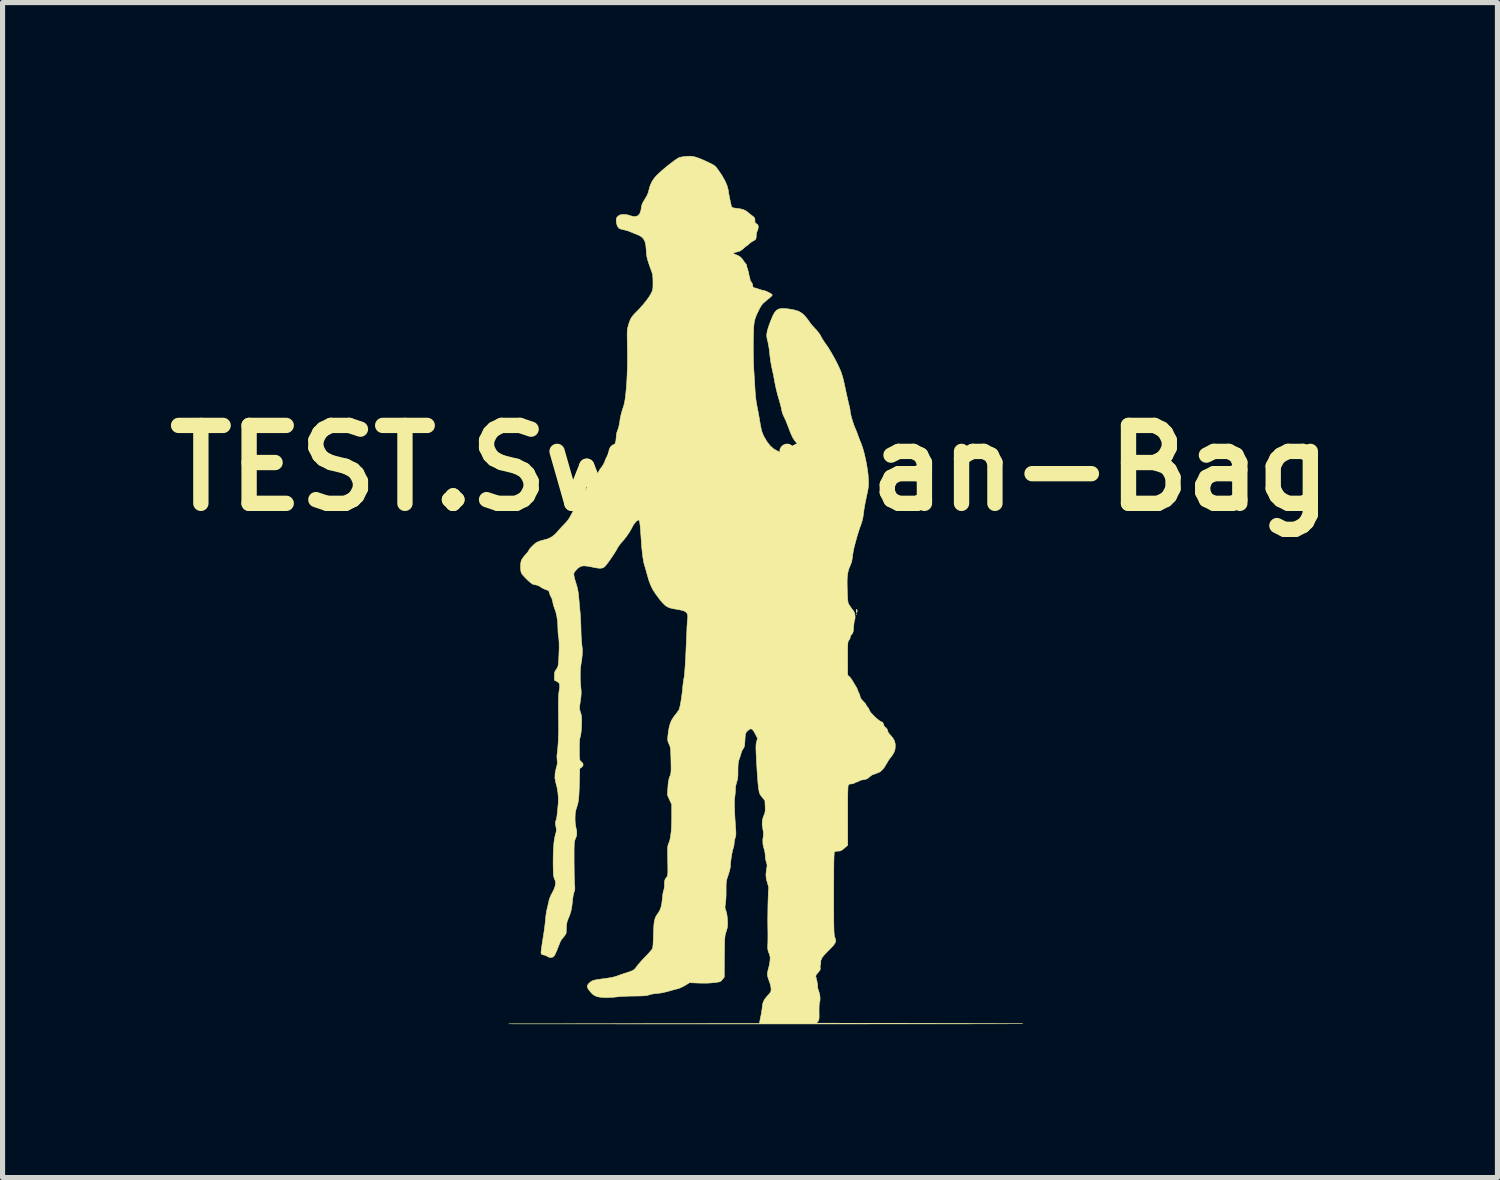
<source format=kicad_pcb>
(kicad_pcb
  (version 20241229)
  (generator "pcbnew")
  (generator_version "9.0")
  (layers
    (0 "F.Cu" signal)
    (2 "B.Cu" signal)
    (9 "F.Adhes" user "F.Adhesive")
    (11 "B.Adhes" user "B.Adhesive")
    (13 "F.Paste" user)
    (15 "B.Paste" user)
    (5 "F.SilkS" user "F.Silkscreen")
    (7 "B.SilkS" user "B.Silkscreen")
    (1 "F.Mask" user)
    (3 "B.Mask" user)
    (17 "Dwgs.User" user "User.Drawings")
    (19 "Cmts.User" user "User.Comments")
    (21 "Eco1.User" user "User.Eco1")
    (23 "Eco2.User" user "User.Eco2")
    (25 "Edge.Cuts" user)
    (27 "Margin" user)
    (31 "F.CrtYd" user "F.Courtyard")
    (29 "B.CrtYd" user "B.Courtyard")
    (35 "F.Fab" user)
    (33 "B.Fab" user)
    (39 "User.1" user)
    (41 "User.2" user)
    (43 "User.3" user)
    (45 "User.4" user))
  (footprint "TEST.Swagman-Bag"
    (layer "F.Cu")
    (at 11.619 6.105)
    (property "Reference" "TEST.Swagman-Bag" (at 0 0 0) (layer "F.SilkS") (effects (font (size 1.524 1.524) (thickness 0.3))))
    (attr through_hole)
    (fp_poly (pts (xy 2.849 -3.889) (xy 2.863 -3.871) (xy 2.865 -3.858) (xy 2.871 -3.834) (xy 2.878 -3.826) (xy 2.888 -3.808) (xy 2.888 -3.797) (xy 2.893 -3.758) (xy 2.914 -3.707) (xy 2.915 -3.705) (xy 2.925 -3.676) (xy 2.927 -3.653) (xy 2.933 -3.628) (xy 2.944 -3.621) (xy 2.957 -3.617) (xy 2.975 -3.602) (xy 3 -3.574) (xy 3.035 -3.531) (xy 3.082 -3.471) (xy 3.094 -3.454) (xy 3.129 -3.411) (xy 3.164 -3.372) (xy 3.192 -3.345) (xy 3.195 -3.342) (xy 3.224 -3.313) (xy 3.252 -3.272) (xy 3.274 -3.229) (xy 3.286 -3.193) (xy 3.287 -3.186) (xy 3.295 -3.165) (xy 3.316 -3.14) (xy 3.318 -3.138) (xy 3.341 -3.105) (xy 3.349 -3.075) (xy 3.354 -3.054) (xy 3.37 -3.028) (xy 3.402 -2.993) (xy 3.437 -2.96) (xy 3.477 -2.924) (xy 3.51 -2.897) (xy 3.534 -2.88) (xy 3.541 -2.877) (xy 3.564 -2.867) (xy 3.585 -2.841) (xy 3.596 -2.809) (xy 3.597 -2.801) (xy 3.601 -2.773) (xy 3.609 -2.759) (xy 3.614 -2.742) (xy 3.619 -2.706) (xy 3.624 -2.656) (xy 3.629 -2.595) (xy 3.629 -2.586) (xy 3.633 -2.519) (xy 3.637 -2.473) (xy 3.642 -2.441) (xy 3.649 -2.418) (xy 3.659 -2.401) (xy 3.674 -2.383) (xy 3.71 -2.341) (xy 3.706 -2.16) (xy 3.702 -1.978) (xy 3.655 -1.901) (xy 3.627 -1.85) (xy 3.615 -1.814) (xy 3.615 -1.8) (xy 3.627 -1.782) (xy 3.653 -1.752) (xy 3.69 -1.717) (xy 3.709 -1.7) (xy 3.747 -1.664) (xy 3.776 -1.633) (xy 3.793 -1.611) (xy 3.795 -1.605) (xy 3.8 -1.587) (xy 3.812 -1.551) (xy 3.829 -1.506) (xy 3.839 -1.483) (xy 3.858 -1.432) (xy 3.873 -1.387) (xy 3.881 -1.355) (xy 3.882 -1.347) (xy 3.888 -1.323) (xy 3.903 -1.284) (xy 3.925 -1.235) (xy 3.945 -1.195) (xy 3.975 -1.136) (xy 3.993 -1.094) (xy 4.002 -1.063) (xy 4.003 -1.039) (xy 4.002 -1.034) (xy 4.004 -0.989) (xy 4.017 -0.965) (xy 4.049 -0.917) (xy 4.074 -0.859) (xy 4.096 -0.784) (xy 4.099 -0.776) (xy 4.119 -0.712) (xy 4.145 -0.663) (xy 4.167 -0.636) (xy 4.195 -0.599) (xy 4.215 -0.562) (xy 4.221 -0.544) (xy 4.224 -0.52) (xy 4.226 -0.475) (xy 4.228 -0.415) (xy 4.229 -0.344) (xy 4.229 -0.273) (xy 4.229 -0.191) (xy 4.23 -0.131) (xy 4.231 -0.089) (xy 4.234 -0.062) (xy 4.238 -0.046) (xy 4.244 -0.038) (xy 4.253 -0.034) (xy 4.254 -0.034) (xy 4.272 -0.022) (xy 4.279 0.006) (xy 4.279 0.015) (xy 4.275 0.048) (xy 4.265 0.071) (xy 4.264 0.072) (xy 4.249 0.102) (xy 4.25 0.141) (xy 4.262 0.169) (xy 4.271 0.193) (xy 4.278 0.235) (xy 4.283 0.287) (xy 4.286 0.343) (xy 4.287 0.398) (xy 4.285 0.446) (xy 4.281 0.48) (xy 4.275 0.494) (xy 4.265 0.514) (xy 4.257 0.548) (xy 4.256 0.567) (xy 4.25 0.607) (xy 4.239 0.639) (xy 4.234 0.647) (xy 4.221 0.677) (xy 4.224 0.697) (xy 4.232 0.76) (xy 4.219 0.825) (xy 4.192 0.878) (xy 4.171 0.91) (xy 4.157 0.935) (xy 4.155 0.943) (xy 4.147 0.958) (xy 4.127 0.984) (xy 4.111 1.003) (xy 4.087 1.033) (xy 4.079 1.049) (xy 4.085 1.058) (xy 4.086 1.059) (xy 4.097 1.07) (xy 4.103 1.097) (xy 4.105 1.144) (xy 4.105 1.144) (xy 4.106 1.186) (xy 4.111 1.214) (xy 4.123 1.237) (xy 4.148 1.265) (xy 4.167 1.284) (xy 4.199 1.318) (xy 4.221 1.35) (xy 4.229 1.37) (xy 4.238 1.391) (xy 4.263 1.425) (xy 4.302 1.467) (xy 4.322 1.488) (xy 4.364 1.53) (xy 4.391 1.56) (xy 4.406 1.582) (xy 4.413 1.603) (xy 4.415 1.628) (xy 4.415 1.64) (xy 4.418 1.677) (xy 4.425 1.697) (xy 4.429 1.699) (xy 4.436 1.71) (xy 4.438 1.738) (xy 4.436 1.775) (xy 4.431 1.816) (xy 4.423 1.852) (xy 4.412 1.876) (xy 4.408 1.881) (xy 4.397 1.896) (xy 4.403 1.904) (xy 4.412 1.921) (xy 4.41 1.929) (xy 4.413 1.95) (xy 4.42 1.956) (xy 4.43 1.965) (xy 4.438 1.984) (xy 4.446 2.017) (xy 4.456 2.069) (xy 4.456 2.071) (xy 4.464 2.096) (xy 4.467 2.102) (xy 4.472 2.121) (xy 4.477 2.155) (xy 4.479 2.182) (xy 4.481 2.221) (xy 4.478 2.242) (xy 4.467 2.252) (xy 4.448 2.259) (xy 4.422 2.272) (xy 4.392 2.296) (xy 4.364 2.323) (xy 4.345 2.348) (xy 4.341 2.358) (xy 4.332 2.373) (xy 4.309 2.398) (xy 4.277 2.429) (xy 4.241 2.462) (xy 4.207 2.49) (xy 4.18 2.51) (xy 4.166 2.517) (xy 4.151 2.526) (xy 4.123 2.551) (xy 4.089 2.586) (xy 4.061 2.617) (xy 4.021 2.662) (xy 3.991 2.692) (xy 3.969 2.708) (xy 3.949 2.715) (xy 3.936 2.716) (xy 3.904 2.722) (xy 3.881 2.735) (xy 3.854 2.758) (xy 3.819 2.774) (xy 3.785 2.782) (xy 3.762 2.776) (xy 3.762 2.776) (xy 3.747 2.771) (xy 3.728 2.78) (xy 3.702 2.803) (xy 3.66 2.844) (xy 3.259 2.848) (xy 3.146 2.85) (xy 3.026 2.851) (xy 2.905 2.853) (xy 2.79 2.854) (xy 2.688 2.855) (xy 2.603 2.856) (xy 2.596 2.856) (xy 2.332 2.86) (xy 2.246 2.773) (xy 2.206 2.734) (xy 2.179 2.71) (xy 2.162 2.699) (xy 2.15 2.698) (xy 2.138 2.705) (xy 2.136 2.707) (xy 2.099 2.725) (xy 2.055 2.725) (xy 2.011 2.709) (xy 1.973 2.678) (xy 1.961 2.662) (xy 1.952 2.645) (xy 1.945 2.623) (xy 1.94 2.592) (xy 1.936 2.549) (xy 1.932 2.489) (xy 1.929 2.41) (xy 1.928 2.394) (xy 1.925 2.287) (xy 1.926 2.201) (xy 1.929 2.13) (xy 1.937 2.069) (xy 1.95 2.015) (xy 1.968 1.961) (xy 1.986 1.92) (xy 2.011 1.852) (xy 2.03 1.777) (xy 2.041 1.699) (xy 2.053 1.624) (xy 2.073 1.533) (xy 2.097 1.432) (xy 2.126 1.328) (xy 2.156 1.227) (xy 2.187 1.136) (xy 2.194 1.116) (xy 2.212 1.061) (xy 2.229 0.991) (xy 2.244 0.915) (xy 2.25 0.874) (xy 2.263 0.796) (xy 2.278 0.707) (xy 2.294 0.621) (xy 2.303 0.577) (xy 2.316 0.514) (xy 2.329 0.456) (xy 2.338 0.409) (xy 2.344 0.381) (xy 2.349 0.326) (xy 2.348 0.251) (xy 2.341 0.162) (xy 2.329 0.062) (xy 2.312 -0.044) (xy 2.292 -0.151) (xy 2.27 -0.255) (xy 2.245 -0.353) (xy 2.219 -0.438) (xy 2.193 -0.508) (xy 2.189 -0.515) (xy 2.173 -0.553) (xy 2.161 -0.584) (xy 2.158 -0.597) (xy 2.153 -0.615) (xy 2.141 -0.65) (xy 2.124 -0.696) (xy 2.103 -0.748) (xy 2.081 -0.8) (xy 2.07 -0.826) (xy 2.054 -0.867) (xy 2.036 -0.92) (xy 2.018 -0.978) (xy 2.003 -1.035) (xy 1.991 -1.083) (xy 1.985 -1.118) (xy 1.984 -1.124) (xy 1.982 -1.148) (xy 1.974 -1.19) (xy 1.963 -1.243) (xy 1.953 -1.287) (xy 1.927 -1.399) (xy 1.907 -1.49) (xy 1.891 -1.561) (xy 1.879 -1.616) (xy 1.871 -1.657) (xy 1.867 -1.681) (xy 1.851 -1.751) (xy 1.822 -1.836) (xy 1.785 -1.932) (xy 1.74 -2.035) (xy 1.69 -2.138) (xy 1.637 -2.238) (xy 1.583 -2.33) (xy 1.531 -2.408) (xy 1.513 -2.433) (xy 1.476 -2.484) (xy 1.442 -2.536) (xy 1.416 -2.582) (xy 1.409 -2.596) (xy 1.382 -2.644) (xy 1.347 -2.691) (xy 1.328 -2.712) (xy 1.295 -2.745) (xy 1.255 -2.79) (xy 1.216 -2.837) (xy 1.209 -2.846) (xy 1.171 -2.896) (xy 1.132 -2.947) (xy 1.099 -2.989) (xy 1.095 -2.995) (xy 1.068 -3.028) (xy 1.04 -3.052) (xy 1.005 -3.072) (xy 0.955 -3.094) (xy 0.942 -3.099) (xy 0.896 -3.117) (xy 0.858 -3.129) (xy 0.822 -3.137) (xy 0.78 -3.141) (xy 0.725 -3.142) (xy 0.684 -3.143) (xy 0.531 -3.144) (xy 0.479 -3.087) (xy 0.443 -3.038) (xy 0.412 -2.982) (xy 0.401 -2.957) (xy 0.382 -2.905) (xy 0.36 -2.845) (xy 0.342 -2.797) (xy 0.31 -2.689) (xy 0.3 -2.588) (xy 0.313 -2.496) (xy 0.314 -2.492) (xy 0.323 -2.456) (xy 0.333 -2.401) (xy 0.343 -2.334) (xy 0.354 -2.261) (xy 0.358 -2.226) (xy 0.369 -2.144) (xy 0.383 -2.056) (xy 0.397 -1.972) (xy 0.41 -1.901) (xy 0.414 -1.885) (xy 0.428 -1.818) (xy 0.442 -1.749) (xy 0.454 -1.689) (xy 0.46 -1.656) (xy 0.475 -1.58) (xy 0.496 -1.489) (xy 0.522 -1.392) (xy 0.549 -1.296) (xy 0.566 -1.243) (xy 0.58 -1.194) (xy 0.591 -1.149) (xy 0.595 -1.118) (xy 0.595 -1.117) (xy 0.606 -1.058) (xy 0.637 -0.993) (xy 0.646 -0.98) (xy 0.661 -0.951) (xy 0.681 -0.905) (xy 0.704 -0.846) (xy 0.728 -0.779) (xy 0.75 -0.713) (xy 0.787 -0.625) (xy 0.836 -0.541) (xy 0.864 -0.503) (xy 0.888 -0.471) (xy 0.903 -0.444) (xy 0.905 -0.434) (xy 0.894 -0.405) (xy 0.864 -0.376) (xy 0.82 -0.348) (xy 0.769 -0.326) (xy 0.715 -0.313) (xy 0.681 -0.31) (xy 0.642 -0.318) (xy 0.591 -0.339) (xy 0.535 -0.369) (xy 0.48 -0.404) (xy 0.434 -0.442) (xy 0.421 -0.455) (xy 0.373 -0.513) (xy 0.327 -0.58) (xy 0.288 -0.651) (xy 0.26 -0.716) (xy 0.25 -0.75) (xy 0.242 -0.79) (xy 0.232 -0.846) (xy 0.221 -0.907) (xy 0.217 -0.936) (xy 0.205 -1.008) (xy 0.19 -1.087) (xy 0.176 -1.161) (xy 0.172 -1.178) (xy 0.159 -1.253) (xy 0.146 -1.349) (xy 0.134 -1.463) (xy 0.123 -1.593) (xy 0.113 -1.735) (xy 0.105 -1.885) (xy 0.098 -2.041) (xy 0.093 -2.199) (xy 0.091 -2.277) (xy 0.089 -2.412) (xy 0.088 -2.526) (xy 0.089 -2.621) (xy 0.092 -2.702) (xy 0.099 -2.771) (xy 0.108 -2.832) (xy 0.122 -2.888) (xy 0.14 -2.943) (xy 0.162 -2.999) (xy 0.19 -3.061) (xy 0.211 -3.104) (xy 0.234 -3.147) (xy 0.258 -3.183) (xy 0.291 -3.216) (xy 0.336 -3.255) (xy 0.351 -3.267) (xy 0.451 -3.347) (xy 0.644 -3.347) (xy 0.714 -3.348) (xy 0.778 -3.348) (xy 0.831 -3.348) (xy 0.868 -3.348) (xy 0.877 -3.348) (xy 0.906 -3.352) (xy 0.917 -3.364) (xy 0.918 -3.377) (xy 0.927 -3.399) (xy 0.954 -3.435) (xy 0.999 -3.485) (xy 1.039 -3.526) (xy 1.084 -3.57) (xy 1.123 -3.606) (xy 1.153 -3.633) (xy 1.171 -3.646) (xy 1.173 -3.646) (xy 1.189 -3.655) (xy 1.213 -3.675) (xy 1.222 -3.683) (xy 1.26 -3.713) (xy 1.296 -3.721) (xy 1.336 -3.73) (xy 1.358 -3.746) (xy 1.385 -3.764) (xy 1.409 -3.77) (xy 1.434 -3.774) (xy 1.444 -3.781) (xy 1.46 -3.789) (xy 1.496 -3.797) (xy 1.546 -3.805) (xy 1.606 -3.811) (xy 1.646 -3.814) (xy 1.696 -3.812) (xy 1.723 -3.802) (xy 1.725 -3.8) (xy 1.746 -3.788) (xy 1.78 -3.783) (xy 1.785 -3.783) (xy 1.819 -3.779) (xy 1.844 -3.769) (xy 1.846 -3.768) (xy 1.863 -3.759) (xy 1.885 -3.768) (xy 1.91 -3.775) (xy 1.953 -3.781) (xy 2.006 -3.783) (xy 2.01 -3.783) (xy 2.066 -3.781) (xy 2.104 -3.777) (xy 2.131 -3.767) (xy 2.146 -3.758) (xy 2.187 -3.74) (xy 2.216 -3.74) (xy 2.252 -3.74) (xy 2.269 -3.728) (xy 2.292 -3.716) (xy 2.33 -3.709) (xy 2.374 -3.707) (xy 2.417 -3.711) (xy 2.448 -3.721) (xy 2.456 -3.727) (xy 2.481 -3.74) (xy 2.528 -3.745) (xy 2.534 -3.746) (xy 2.574 -3.748) (xy 2.603 -3.757) (xy 2.632 -3.779) (xy 2.647 -3.793) (xy 2.691 -3.83) (xy 2.73 -3.853) (xy 2.758 -3.862) (xy 2.773 -3.855) (xy 2.786 -3.853) (xy 2.803 -3.87) (xy 2.827 -3.889) (xy 2.849 -3.889)) (stroke (width 0.01) (type solid)) (fill yes) (layer "F.Mask"))
    (fp_poly (pts (xy 2.084 2.859) (xy 2.077 2.865) (xy 2.071 2.859) (xy 2.077 2.853) (xy 2.084 2.859)) (stroke (width 0.01) (type solid)) (fill yes) (layer "F.SilkS"))
    (fp_poly (pts (xy 2.091 2.769) (xy 2.095 2.785) (xy 2.094 2.805) (xy 2.089 2.834) (xy 2.081 2.803) (xy 2.077 2.776) (xy 2.081 2.764) (xy 2.091 2.769)) (stroke (width 0.01) (type solid)) (fill yes) (layer "F.SilkS"))
    (fp_poly (pts (xy -1.13 -6.096) (xy -1.077 -6.086) (xy -1.018 -6.067) (xy -0.948 -6.04) (xy -0.863 -6.002) (xy -0.824 -5.984) (xy -0.765 -5.955) (xy -0.723 -5.933) (xy -0.693 -5.913) (xy -0.668 -5.89) (xy -0.644 -5.86) (xy -0.624 -5.834) (xy -0.549 -5.724) (xy -0.491 -5.621) (xy -0.45 -5.528) (xy -0.428 -5.446) (xy -0.426 -5.438) (xy -0.419 -5.389) (xy -0.409 -5.332) (xy -0.397 -5.271) (xy -0.385 -5.213) (xy -0.374 -5.162) (xy -0.364 -5.125) (xy -0.359 -5.108) (xy -0.342 -5.095) (xy -0.306 -5.086) (xy -0.26 -5.08) (xy -0.187 -5.07) (xy -0.131 -5.056) (xy -0.087 -5.035) (xy -0.054 -5.012) (xy -0.022 -4.985) (xy 0.019 -4.953) (xy 0.041 -4.936) (xy 0.074 -4.91) (xy 0.09 -4.889) (xy 0.096 -4.866) (xy 0.096 -4.844) (xy 0.096 -4.81) (xy 0.107 -4.791) (xy 0.127 -4.778) (xy 0.151 -4.761) (xy 0.16 -4.737) (xy 0.161 -4.715) (xy 0.156 -4.677) (xy 0.145 -4.645) (xy 0.143 -4.643) (xy 0.133 -4.617) (xy 0.125 -4.576) (xy 0.122 -4.544) (xy 0.119 -4.503) (xy 0.112 -4.479) (xy 0.098 -4.463) (xy 0.071 -4.447) (xy 0.064 -4.444) (xy 0.025 -4.42) (xy -0.01 -4.394) (xy -0.019 -4.385) (xy -0.041 -4.364) (xy -0.056 -4.353) (xy -0.057 -4.353) (xy -0.07 -4.345) (xy -0.095 -4.325) (xy -0.12 -4.303) (xy -0.164 -4.266) (xy -0.203 -4.243) (xy -0.246 -4.229) (xy -0.276 -4.223) (xy -0.309 -4.214) (xy -0.322 -4.202) (xy -0.312 -4.189) (xy -0.301 -4.184) (xy -0.234 -4.157) (xy -0.185 -4.126) (xy -0.147 -4.084) (xy -0.138 -4.07) (xy -0.113 -4.033) (xy -0.091 -4.005) (xy -0.08 -3.993) (xy -0.067 -3.97) (xy -0.062 -3.943) (xy -0.058 -3.915) (xy -0.049 -3.9) (xy -0.041 -3.883) (xy -0.042 -3.875) (xy -0.041 -3.855) (xy -0.036 -3.85) (xy -0.027 -3.833) (xy -0.026 -3.816) (xy -0.023 -3.784) (xy -0.014 -3.754) (xy -0.004 -3.719) (xy 0 -3.691) (xy 0.009 -3.661) (xy 0.024 -3.641) (xy 0.042 -3.613) (xy 0.052 -3.576) (xy 0.052 -3.574) (xy 0.058 -3.543) (xy 0.071 -3.529) (xy 0.087 -3.525) (xy 0.122 -3.518) (xy 0.143 -3.511) (xy 0.181 -3.497) (xy 0.222 -3.484) (xy 0.256 -3.475) (xy 0.271 -3.473) (xy 0.293 -3.467) (xy 0.328 -3.453) (xy 0.368 -3.434) (xy 0.404 -3.414) (xy 0.428 -3.398) (xy 0.432 -3.394) (xy 0.434 -3.383) (xy 0.422 -3.365) (xy 0.394 -3.339) (xy 0.349 -3.302) (xy 0.338 -3.292) (xy 0.288 -3.251) (xy 0.252 -3.219) (xy 0.226 -3.187) (xy 0.203 -3.15) (xy 0.177 -3.101) (xy 0.177 -3.101) (xy 0.147 -3.04) (xy 0.124 -2.989) (xy 0.106 -2.942) (xy 0.092 -2.897) (xy 0.082 -2.848) (xy 0.075 -2.792) (xy 0.071 -2.725) (xy 0.068 -2.643) (xy 0.066 -2.542) (xy 0.065 -2.493) (xy 0.064 -2.388) (xy 0.064 -2.277) (xy 0.066 -2.167) (xy 0.068 -2.064) (xy 0.072 -1.975) (xy 0.074 -1.929) (xy 0.08 -1.838) (xy 0.086 -1.739) (xy 0.092 -1.641) (xy 0.097 -1.553) (xy 0.099 -1.519) (xy 0.105 -1.442) (xy 0.113 -1.361) (xy 0.123 -1.287) (xy 0.133 -1.227) (xy 0.135 -1.219) (xy 0.146 -1.164) (xy 0.16 -1.093) (xy 0.174 -1.014) (xy 0.188 -0.934) (xy 0.192 -0.909) (xy 0.206 -0.828) (xy 0.219 -0.766) (xy 0.231 -0.717) (xy 0.246 -0.676) (xy 0.264 -0.635) (xy 0.27 -0.622) (xy 0.33 -0.519) (xy 0.393 -0.437) (xy 0.46 -0.378) (xy 0.495 -0.357) (xy 0.537 -0.335) (xy 0.573 -0.315) (xy 0.591 -0.304) (xy 0.635 -0.288) (xy 0.692 -0.285) (xy 0.755 -0.295) (xy 0.817 -0.315) (xy 0.87 -0.344) (xy 0.891 -0.362) (xy 0.922 -0.404) (xy 0.929 -0.446) (xy 0.911 -0.491) (xy 0.895 -0.511) (xy 0.865 -0.55) (xy 0.837 -0.594) (xy 0.811 -0.646) (xy 0.783 -0.713) (xy 0.751 -0.799) (xy 0.751 -0.799) (xy 0.726 -0.862) (xy 0.702 -0.924) (xy 0.679 -0.976) (xy 0.661 -1.011) (xy 0.64 -1.059) (xy 0.624 -1.112) (xy 0.619 -1.135) (xy 0.613 -1.17) (xy 0.6 -1.222) (xy 0.583 -1.285) (xy 0.564 -1.352) (xy 0.56 -1.364) (xy 0.538 -1.442) (xy 0.516 -1.529) (xy 0.497 -1.613) (xy 0.484 -1.679) (xy 0.473 -1.742) (xy 0.462 -1.8) (xy 0.453 -1.846) (xy 0.447 -1.872) (xy 0.426 -1.965) (xy 0.406 -2.073) (xy 0.39 -2.189) (xy 0.385 -2.237) (xy 0.378 -2.302) (xy 0.371 -2.353) (xy 0.363 -2.4) (xy 0.353 -2.451) (xy 0.338 -2.515) (xy 0.333 -2.538) (xy 0.327 -2.578) (xy 0.328 -2.622) (xy 0.336 -2.673) (xy 0.353 -2.735) (xy 0.379 -2.812) (xy 0.411 -2.896) (xy 0.446 -2.98) (xy 0.48 -3.042) (xy 0.516 -3.085) (xy 0.56 -3.11) (xy 0.614 -3.122) (xy 0.684 -3.121) (xy 0.769 -3.111) (xy 0.857 -3.095) (xy 0.928 -3.075) (xy 0.988 -3.047) (xy 1.041 -3.008) (xy 1.092 -2.954) (xy 1.146 -2.883) (xy 1.176 -2.84) (xy 1.198 -2.811) (xy 1.232 -2.772) (xy 1.271 -2.729) (xy 1.284 -2.716) (xy 1.323 -2.672) (xy 1.357 -2.627) (xy 1.38 -2.59) (xy 1.383 -2.582) (xy 1.4 -2.55) (xy 1.427 -2.506) (xy 1.461 -2.454) (xy 1.489 -2.416) (xy 1.533 -2.352) (xy 1.582 -2.271) (xy 1.634 -2.18) (xy 1.685 -2.086) (xy 1.73 -1.994) (xy 1.767 -1.912) (xy 1.782 -1.875) (xy 1.799 -1.822) (xy 1.818 -1.758) (xy 1.834 -1.693) (xy 1.837 -1.681) (xy 1.85 -1.619) (xy 1.866 -1.545) (xy 1.882 -1.469) (xy 1.892 -1.426) (xy 1.906 -1.362) (xy 1.92 -1.298) (xy 1.933 -1.245) (xy 1.941 -1.215) (xy 1.951 -1.17) (xy 1.958 -1.127) (xy 1.959 -1.108) (xy 1.964 -1.078) (xy 1.974 -1.03) (xy 1.99 -0.971) (xy 2.009 -0.909) (xy 2.029 -0.849) (xy 2.049 -0.797) (xy 2.057 -0.779) (xy 2.073 -0.74) (xy 2.094 -0.688) (xy 2.112 -0.637) (xy 2.133 -0.581) (xy 2.157 -0.52) (xy 2.175 -0.476) (xy 2.201 -0.403) (xy 2.227 -0.312) (xy 2.252 -0.208) (xy 2.275 -0.098) (xy 2.294 0.013) (xy 2.308 0.117) (xy 2.315 0.21) (xy 2.315 0.211) (xy 2.318 0.271) (xy 2.317 0.32) (xy 2.314 0.366) (xy 2.307 0.416) (xy 2.295 0.477) (xy 2.283 0.532) (xy 2.268 0.604) (xy 2.253 0.676) (xy 2.241 0.741) (xy 2.233 0.791) (xy 2.231 0.798) (xy 2.223 0.857) (xy 2.215 0.919) (xy 2.209 0.961) (xy 2.198 1.014) (xy 2.18 1.074) (xy 2.166 1.115) (xy 2.144 1.173) (xy 2.119 1.252) (xy 2.09 1.348) (xy 2.06 1.458) (xy 2.034 1.556) (xy 2.021 1.617) (xy 2.01 1.685) (xy 2.004 1.736) (xy 1.988 1.832) (xy 1.959 1.908) (xy 1.937 1.96) (xy 1.921 2.012) (xy 1.909 2.069) (xy 1.902 2.134) (xy 1.899 2.212) (xy 1.9 2.307) (xy 1.902 2.394) (xy 1.906 2.477) (xy 1.908 2.539) (xy 1.912 2.585) (xy 1.916 2.617) (xy 1.921 2.641) (xy 1.929 2.659) (xy 1.939 2.676) (xy 1.945 2.684) (xy 1.967 2.717) (xy 1.986 2.744) (xy 1.991 2.751) (xy 2.009 2.775) (xy 2.023 2.791) (xy 2.039 2.82) (xy 2.05 2.862) (xy 2.055 2.908) (xy 2.053 2.947) (xy 2.048 2.962) (xy 2.041 2.984) (xy 2.034 3.025) (xy 2.029 3.076) (xy 2.026 3.105) (xy 2.022 3.162) (xy 2.016 3.201) (xy 2.008 3.226) (xy 1.996 3.244) (xy 1.989 3.251) (xy 1.968 3.28) (xy 1.96 3.31) (xy 1.951 3.342) (xy 1.934 3.368) (xy 1.926 3.377) (xy 1.92 3.389) (xy 1.916 3.405) (xy 1.913 3.429) (xy 1.911 3.465) (xy 1.91 3.515) (xy 1.909 3.581) (xy 1.909 3.669) (xy 1.909 3.722) (xy 1.91 4.049) (xy 1.943 4.079) (xy 1.97 4.108) (xy 1.997 4.147) (xy 2.005 4.162) (xy 2.031 4.206) (xy 2.058 4.251) (xy 2.065 4.262) (xy 2.087 4.298) (xy 2.102 4.332) (xy 2.104 4.34) (xy 2.117 4.375) (xy 2.131 4.403) (xy 2.147 4.439) (xy 2.153 4.469) (xy 2.166 4.504) (xy 2.202 4.549) (xy 2.212 4.56) (xy 2.242 4.591) (xy 2.263 4.617) (xy 2.27 4.631) (xy 2.278 4.65) (xy 2.298 4.673) (xy 2.301 4.676) (xy 2.322 4.704) (xy 2.332 4.731) (xy 2.332 4.732) (xy 2.341 4.752) (xy 2.364 4.784) (xy 2.399 4.821) (xy 2.439 4.862) (xy 2.481 4.9) (xy 2.52 4.932) (xy 2.551 4.954) (xy 2.568 4.961) (xy 2.592 4.971) (xy 2.6 4.983) (xy 2.62 5.036) (xy 2.638 5.065) (xy 2.651 5.073) (xy 2.666 5.083) (xy 2.682 5.108) (xy 2.694 5.139) (xy 2.697 5.156) (xy 2.706 5.174) (xy 2.726 5.201) (xy 2.743 5.218) (xy 2.794 5.279) (xy 2.825 5.335) (xy 2.84 5.395) (xy 2.841 5.442) (xy 2.836 5.5) (xy 2.82 5.552) (xy 2.791 5.604) (xy 2.748 5.662) (xy 2.723 5.694) (xy 2.705 5.721) (xy 2.7 5.73) (xy 2.687 5.753) (xy 2.668 5.783) (xy 2.667 5.786) (xy 2.648 5.816) (xy 2.634 5.84) (xy 2.634 5.842) (xy 2.617 5.867) (xy 2.59 5.898) (xy 2.56 5.926) (xy 2.532 5.947) (xy 2.516 5.953) (xy 2.494 5.959) (xy 2.488 5.964) (xy 2.472 5.973) (xy 2.442 5.982) (xy 2.434 5.984) (xy 2.387 6.002) (xy 2.339 6.038) (xy 2.338 6.039) (xy 2.301 6.07) (xy 2.266 6.086) (xy 2.221 6.094) (xy 2.18 6.101) (xy 2.146 6.113) (xy 2.134 6.12) (xy 2.106 6.136) (xy 2.087 6.139) (xy 2.059 6.148) (xy 2.046 6.158) (xy 2.023 6.171) (xy 1.988 6.176) (xy 1.983 6.176) (xy 1.946 6.181) (xy 1.925 6.196) (xy 1.922 6.202) (xy 1.918 6.22) (xy 1.915 6.259) (xy 1.913 6.32) (xy 1.911 6.404) (xy 1.91 6.51) (xy 1.91 6.641) (xy 1.91 6.795) (xy 1.91 6.801) (xy 1.911 7.376) (xy 1.845 7.433) (xy 1.807 7.465) (xy 1.779 7.482) (xy 1.751 7.489) (xy 1.723 7.491) (xy 1.686 7.494) (xy 1.658 7.502) (xy 1.652 7.506) (xy 1.649 7.515) (xy 1.646 7.537) (xy 1.644 7.573) (xy 1.642 7.625) (xy 1.64 7.693) (xy 1.639 7.779) (xy 1.638 7.885) (xy 1.638 8.012) (xy 1.637 8.161) (xy 1.637 8.323) (xy 1.637 8.487) (xy 1.637 8.628) (xy 1.638 8.749) (xy 1.638 8.849) (xy 1.639 8.932) (xy 1.641 9) (xy 1.642 9.053) (xy 1.644 9.094) (xy 1.647 9.125) (xy 1.65 9.147) (xy 1.653 9.162) (xy 1.656 9.17) (xy 1.67 9.207) (xy 1.676 9.239) (xy 1.672 9.268) (xy 1.657 9.3) (xy 1.629 9.337) (xy 1.586 9.383) (xy 1.538 9.432) (xy 1.491 9.48) (xy 1.451 9.524) (xy 1.421 9.559) (xy 1.404 9.583) (xy 1.401 9.589) (xy 1.396 9.611) (xy 1.391 9.617) (xy 1.385 9.633) (xy 1.383 9.662) (xy 1.384 9.667) (xy 1.383 9.698) (xy 1.378 9.716) (xy 1.376 9.717) (xy 1.371 9.733) (xy 1.372 9.762) (xy 1.373 9.768) (xy 1.375 9.796) (xy 1.368 9.819) (xy 1.348 9.846) (xy 1.332 9.864) (xy 1.299 9.902) (xy 1.286 9.932) (xy 1.288 9.957) (xy 1.294 9.968) (xy 1.299 9.989) (xy 1.297 9.995) (xy 1.298 10.011) (xy 1.303 10.015) (xy 1.311 10.032) (xy 1.31 10.041) (xy 1.31 10.06) (xy 1.314 10.064) (xy 1.32 10.08) (xy 1.322 10.11) (xy 1.321 10.117) (xy 1.322 10.157) (xy 1.33 10.192) (xy 1.331 10.195) (xy 1.342 10.222) (xy 1.346 10.238) (xy 1.352 10.26) (xy 1.356 10.269) (xy 1.364 10.302) (xy 1.369 10.346) (xy 1.37 10.392) (xy 1.366 10.43) (xy 1.361 10.448) (xy 1.355 10.474) (xy 1.351 10.521) (xy 1.35 10.588) (xy 1.35 10.633) (xy 1.351 10.7) (xy 1.351 10.746) (xy 1.348 10.776) (xy 1.343 10.797) (xy 1.335 10.812) (xy 1.326 10.823) (xy 1.308 10.843) (xy 1.303 10.855) (xy 1.303 10.855) (xy 1.316 10.855) (xy 1.352 10.856) (xy 1.412 10.856) (xy 1.493 10.856) (xy 1.594 10.857) (xy 1.716 10.857) (xy 1.856 10.858) (xy 2.014 10.858) (xy 2.188 10.859) (xy 2.378 10.859) (xy 2.583 10.86) (xy 2.801 10.86) (xy 3.032 10.861) (xy 3.274 10.862) (xy 3.527 10.862) (xy 3.789 10.863) (xy 4.06 10.863) (xy 4.338 10.864) (xy 4.607 10.864) (xy 4.784 10.865) (xy 4.935 10.865) (xy 5.062 10.865) (xy 5.165 10.866) (xy 5.245 10.866) (xy 5.3 10.866) (xy 5.333 10.867) (xy 5.342 10.867) (xy 5.329 10.867) (xy 5.293 10.868) (xy 5.235 10.868) (xy 5.155 10.868) (xy 5.053 10.868) (xy 4.929 10.869) (xy 4.784 10.869) (xy 4.618 10.869) (xy 4.431 10.869) (xy 4.224 10.87) (xy 3.997 10.87) (xy 3.749 10.87) (xy 3.482 10.87) (xy 3.195 10.87) (xy 2.889 10.87) (xy 2.564 10.87) (xy 2.22 10.871) (xy 1.857 10.871) (xy 1.476 10.871) (xy 1.078 10.871) (xy 0.661 10.871) (xy 0.227 10.871) (xy 0 10.871) (xy -0.413 10.871) (xy -0.81 10.871) (xy -1.189 10.871) (xy -1.552 10.871) (xy -1.897 10.871) (xy -2.224 10.871) (xy -2.534 10.871) (xy -2.825 10.87) (xy -3.097 10.87) (xy -3.351 10.87) (xy -3.586 10.87) (xy -3.801 10.87) (xy -3.997 10.87) (xy -4.172 10.87) (xy -4.328 10.87) (xy -4.463 10.87) (xy -4.578 10.87) (xy -4.671 10.869) (xy -4.743 10.869) (xy -4.794 10.869) (xy -4.823 10.869) (xy -4.83 10.869) (xy -4.814 10.869) (xy -4.776 10.869) (xy -4.715 10.869) (xy -4.631 10.868) (xy -4.523 10.868) (xy -4.391 10.868) (xy -4.236 10.868) (xy -4.056 10.868) (xy -3.861 10.868) (xy 0.185 10.864) (xy 0.192 10.818) (xy 0.198 10.78) (xy 0.208 10.731) (xy 0.217 10.691) (xy 0.227 10.633) (xy 0.236 10.571) (xy 0.24 10.535) (xy 0.247 10.48) (xy 0.261 10.435) (xy 0.285 10.391) (xy 0.323 10.342) (xy 0.349 10.313) (xy 0.382 10.276) (xy 0.401 10.249) (xy 0.41 10.225) (xy 0.412 10.196) (xy 0.412 10.182) (xy 0.406 10.138) (xy 0.393 10.084) (xy 0.379 10.043) (xy 0.356 9.981) (xy 0.343 9.934) (xy 0.339 9.893) (xy 0.345 9.851) (xy 0.357 9.802) (xy 0.372 9.743) (xy 0.385 9.678) (xy 0.391 9.635) (xy 0.394 9.583) (xy 0.39 9.544) (xy 0.378 9.505) (xy 0.37 9.486) (xy 0.351 9.432) (xy 0.345 9.379) (xy 0.346 9.345) (xy 0.349 9.277) (xy 0.35 9.188) (xy 0.35 9.085) (xy 0.348 8.972) (xy 0.348 8.942) (xy 0.347 8.884) (xy 0.347 8.813) (xy 0.348 8.734) (xy 0.349 8.649) (xy 0.35 8.563) (xy 0.352 8.479) (xy 0.355 8.401) (xy 0.357 8.333) (xy 0.359 8.279) (xy 0.362 8.241) (xy 0.364 8.225) (xy 0.365 8.225) (xy 0.365 8.207) (xy 0.358 8.173) (xy 0.345 8.129) (xy 0.342 8.12) (xy 0.318 8.033) (xy 0.311 7.95) (xy 0.32 7.86) (xy 0.325 7.836) (xy 0.333 7.79) (xy 0.332 7.755) (xy 0.324 7.719) (xy 0.319 7.705) (xy 0.306 7.657) (xy 0.299 7.601) (xy 0.298 7.575) (xy 0.291 7.51) (xy 0.275 7.447) (xy 0.273 7.441) (xy 0.253 7.361) (xy 0.25 7.267) (xy 0.26 7.195) (xy 0.262 7.125) (xy 0.253 7.071) (xy 0.238 6.976) (xy 0.24 6.894) (xy 0.26 6.819) (xy 0.268 6.801) (xy 0.283 6.766) (xy 0.292 6.734) (xy 0.297 6.699) (xy 0.297 6.652) (xy 0.296 6.617) (xy 0.291 6.502) (xy 0.238 6.438) (xy 0.211 6.404) (xy 0.193 6.375) (xy 0.181 6.342) (xy 0.172 6.296) (xy 0.167 6.266) (xy 0.162 6.225) (xy 0.156 6.164) (xy 0.15 6.086) (xy 0.143 5.997) (xy 0.137 5.901) (xy 0.131 5.802) (xy 0.13 5.792) (xy 0.124 5.685) (xy 0.12 5.599) (xy 0.117 5.532) (xy 0.116 5.48) (xy 0.116 5.44) (xy 0.118 5.409) (xy 0.121 5.384) (xy 0.126 5.361) (xy 0.128 5.355) (xy 0.146 5.284) (xy 0.101 5.196) (xy 0.07 5.142) (xy 0.043 5.11) (xy 0.017 5.099) (xy -0.012 5.109) (xy -0.046 5.137) (xy -0.047 5.138) (xy -0.066 5.158) (xy -0.079 5.176) (xy -0.087 5.197) (xy -0.092 5.228) (xy -0.096 5.274) (xy -0.099 5.319) (xy -0.103 5.383) (xy -0.108 5.427) (xy -0.115 5.456) (xy -0.125 5.476) (xy -0.132 5.485) (xy -0.15 5.513) (xy -0.168 5.554) (xy -0.174 5.575) (xy -0.189 5.627) (xy -0.207 5.681) (xy -0.213 5.696) (xy -0.223 5.729) (xy -0.23 5.768) (xy -0.234 5.818) (xy -0.236 5.885) (xy -0.236 5.916) (xy -0.236 5.989) (xy -0.239 6.042) (xy -0.244 6.083) (xy -0.253 6.117) (xy -0.26 6.139) (xy -0.28 6.215) (xy -0.285 6.284) (xy -0.288 6.343) (xy -0.294 6.406) (xy -0.299 6.442) (xy -0.303 6.485) (xy -0.305 6.55) (xy -0.304 6.635) (xy -0.3 6.739) (xy -0.294 6.858) (xy -0.285 6.991) (xy -0.277 7.104) (xy -0.276 7.171) (xy -0.288 7.225) (xy -0.29 7.231) (xy -0.303 7.277) (xy -0.31 7.327) (xy -0.31 7.337) (xy -0.315 7.384) (xy -0.326 7.43) (xy -0.33 7.439) (xy -0.34 7.472) (xy -0.351 7.523) (xy -0.362 7.585) (xy -0.372 7.651) (xy -0.379 7.715) (xy -0.384 7.77) (xy -0.384 7.792) (xy -0.389 7.824) (xy -0.4 7.872) (xy -0.416 7.927) (xy -0.427 7.961) (xy -0.443 8.009) (xy -0.455 8.047) (xy -0.462 8.083) (xy -0.466 8.121) (xy -0.468 8.169) (xy -0.468 8.233) (xy -0.468 8.267) (xy -0.468 8.339) (xy -0.471 8.41) (xy -0.475 8.471) (xy -0.48 8.516) (xy -0.481 8.525) (xy -0.489 8.57) (xy -0.488 8.603) (xy -0.48 8.635) (xy -0.472 8.655) (xy -0.457 8.706) (xy -0.446 8.775) (xy -0.441 8.837) (xy -0.438 8.898) (xy -0.439 8.944) (xy -0.444 8.983) (xy -0.454 9.025) (xy -0.465 9.06) (xy -0.474 9.087) (xy -0.481 9.113) (xy -0.487 9.139) (xy -0.491 9.169) (xy -0.494 9.206) (xy -0.496 9.253) (xy -0.498 9.313) (xy -0.499 9.39) (xy -0.5 9.487) (xy -0.501 9.557) (xy -0.504 9.956) (xy -0.541 10.003) (xy -0.559 10.024) (xy -0.577 10.038) (xy -0.599 10.048) (xy -0.633 10.054) (xy -0.684 10.061) (xy -0.695 10.062) (xy -0.762 10.069) (xy -0.826 10.073) (xy -0.894 10.074) (xy -0.972 10.073) (xy -1.068 10.07) (xy -1.079 10.069) (xy -1.185 10.065) (xy -1.27 10.118) (xy -1.321 10.146) (xy -1.373 10.169) (xy -1.417 10.184) (xy -1.418 10.184) (xy -1.46 10.194) (xy -1.515 10.209) (xy -1.574 10.226) (xy -1.595 10.232) (xy -1.712 10.261) (xy -1.825 10.276) (xy -1.882 10.282) (xy -1.933 10.29) (xy -1.97 10.3) (xy -1.978 10.304) (xy -1.997 10.311) (xy -2.024 10.316) (xy -2.064 10.32) (xy -2.12 10.323) (xy -2.195 10.325) (xy -2.266 10.326) (xy -2.351 10.327) (xy -2.435 10.33) (xy -2.512 10.334) (xy -2.575 10.339) (xy -2.62 10.344) (xy -2.68 10.35) (xy -2.752 10.354) (xy -2.824 10.355) (xy -2.853 10.354) (xy -2.931 10.348) (xy -2.992 10.337) (xy -3.041 10.316) (xy -3.084 10.284) (xy -3.127 10.238) (xy -3.128 10.236) (xy -3.164 10.189) (xy -3.182 10.152) (xy -3.181 10.121) (xy -3.163 10.091) (xy -3.155 10.081) (xy -3.123 10.052) (xy -3.091 10.031) (xy -3.05 10.016) (xy -2.996 10.005) (xy -2.946 9.997) (xy -2.854 9.985) (xy -2.782 9.975) (xy -2.726 9.966) (xy -2.683 9.957) (xy -2.646 9.948) (xy -2.613 9.938) (xy -2.583 9.927) (xy -2.527 9.906) (xy -2.467 9.886) (xy -2.425 9.873) (xy -2.357 9.851) (xy -2.308 9.832) (xy -2.273 9.812) (xy -2.246 9.787) (xy -2.221 9.755) (xy -2.22 9.753) (xy -2.196 9.721) (xy -2.159 9.678) (xy -2.114 9.627) (xy -2.065 9.575) (xy -2.052 9.562) (xy -2.006 9.514) (xy -1.965 9.469) (xy -1.933 9.432) (xy -1.913 9.407) (xy -1.91 9.402) (xy -1.903 9.375) (xy -1.897 9.324) (xy -1.893 9.249) (xy -1.889 9.149) (xy -1.889 9.129) (xy -1.886 9.028) (xy -1.881 8.948) (xy -1.875 8.884) (xy -1.865 8.834) (xy -1.851 8.792) (xy -1.833 8.755) (xy -1.809 8.72) (xy -1.802 8.71) (xy -1.768 8.656) (xy -1.743 8.594) (xy -1.726 8.518) (xy -1.715 8.424) (xy -1.713 8.409) (xy -1.708 8.354) (xy -1.701 8.307) (xy -1.693 8.273) (xy -1.69 8.264) (xy -1.682 8.238) (xy -1.676 8.197) (xy -1.674 8.148) (xy -1.674 8.147) (xy -1.673 8.097) (xy -1.668 8.064) (xy -1.657 8.037) (xy -1.64 8.013) (xy -1.63 7.999) (xy -1.621 7.987) (xy -1.615 7.972) (xy -1.611 7.953) (xy -1.608 7.927) (xy -1.607 7.889) (xy -1.607 7.838) (xy -1.608 7.77) (xy -1.61 7.683) (xy -1.611 7.602) (xy -1.613 7.524) (xy -1.613 7.467) (xy -1.611 7.425) (xy -1.608 7.394) (xy -1.602 7.369) (xy -1.593 7.345) (xy -1.59 7.338) (xy -1.569 7.279) (xy -1.554 7.202) (xy -1.542 7.107) (xy -1.535 6.99) (xy -1.532 6.852) (xy -1.532 6.821) (xy -1.532 6.579) (xy -1.574 6.487) (xy -1.616 6.394) (xy -1.607 6.25) (xy -1.601 6.171) (xy -1.592 6.111) (xy -1.58 6.061) (xy -1.57 6.035) (xy -1.56 6.01) (xy -1.553 5.986) (xy -1.548 5.96) (xy -1.545 5.928) (xy -1.544 5.885) (xy -1.544 5.828) (xy -1.546 5.751) (xy -1.546 5.714) (xy -1.549 5.628) (xy -1.551 5.563) (xy -1.553 5.515) (xy -1.557 5.479) (xy -1.563 5.452) (xy -1.57 5.429) (xy -1.58 5.406) (xy -1.584 5.398) (xy -1.602 5.355) (xy -1.61 5.319) (xy -1.61 5.277) (xy -1.608 5.255) (xy -1.596 5.149) (xy -1.58 5.063) (xy -1.56 4.991) (xy -1.532 4.928) (xy -1.495 4.869) (xy -1.461 4.825) (xy -1.431 4.786) (xy -1.405 4.75) (xy -1.389 4.726) (xy -1.38 4.698) (xy -1.368 4.651) (xy -1.356 4.588) (xy -1.344 4.515) (xy -1.333 4.438) (xy -1.323 4.36) (xy -1.316 4.286) (xy -1.316 4.285) (xy -1.31 4.226) (xy -1.303 4.17) (xy -1.296 4.126) (xy -1.292 4.111) (xy -1.286 4.079) (xy -1.28 4.022) (xy -1.274 3.943) (xy -1.267 3.842) (xy -1.26 3.719) (xy -1.253 3.576) (xy -1.246 3.414) (xy -1.24 3.268) (xy -1.236 3.183) (xy -1.233 3.105) (xy -1.229 3.038) (xy -1.225 2.986) (xy -1.222 2.953) (xy -1.221 2.943) (xy -1.217 2.911) (xy -1.22 2.873) (xy -1.221 2.872) (xy -1.232 2.84) (xy -1.255 2.815) (xy -1.293 2.794) (xy -1.348 2.778) (xy -1.425 2.763) (xy -1.447 2.759) (xy -1.517 2.747) (xy -1.572 2.733) (xy -1.618 2.713) (xy -1.66 2.684) (xy -1.702 2.644) (xy -1.75 2.588) (xy -1.786 2.542) (xy -1.851 2.454) (xy -1.903 2.372) (xy -1.944 2.288) (xy -1.979 2.195) (xy -2.009 2.091) (xy -2.026 2.03) (xy -2.041 1.976) (xy -2.053 1.934) (xy -2.061 1.911) (xy -2.073 1.868) (xy -2.086 1.805) (xy -2.098 1.727) (xy -2.109 1.639) (xy -2.118 1.546) (xy -2.122 1.501) (xy -2.13 1.379) (xy -2.137 1.279) (xy -2.143 1.2) (xy -2.148 1.138) (xy -2.153 1.092) (xy -2.157 1.06) (xy -2.162 1.038) (xy -2.168 1.026) (xy -2.174 1.019) (xy -2.182 1.017) (xy -2.188 1.017) (xy -2.209 1.027) (xy -2.236 1.053) (xy -2.265 1.089) (xy -2.291 1.129) (xy -2.306 1.158) (xy -2.333 1.209) (xy -2.371 1.271) (xy -2.417 1.337) (xy -2.465 1.399) (xy -2.506 1.446) (xy -2.541 1.487) (xy -2.573 1.531) (xy -2.592 1.562) (xy -2.618 1.61) (xy -2.654 1.668) (xy -2.695 1.73) (xy -2.737 1.792) (xy -2.778 1.849) (xy -2.814 1.895) (xy -2.841 1.927) (xy -2.847 1.932) (xy -2.874 1.949) (xy -2.91 1.958) (xy -2.959 1.958) (xy -3.023 1.949) (xy -3.094 1.934) (xy -3.174 1.919) (xy -3.236 1.912) (xy -3.284 1.915) (xy -3.325 1.93) (xy -3.363 1.956) (xy -3.403 1.996) (xy -3.404 1.998) (xy -3.431 2.029) (xy -3.444 2.053) (xy -3.446 2.079) (xy -3.443 2.105) (xy -3.436 2.142) (xy -3.422 2.193) (xy -3.405 2.249) (xy -3.399 2.267) (xy -3.378 2.34) (xy -3.362 2.42) (xy -3.351 2.514) (xy -3.349 2.536) (xy -3.342 2.614) (xy -3.334 2.7) (xy -3.327 2.781) (xy -3.322 2.834) (xy -3.317 2.897) (xy -3.313 2.975) (xy -3.309 3.062) (xy -3.306 3.147) (xy -3.306 3.175) (xy -3.304 3.252) (xy -3.3 3.327) (xy -3.295 3.395) (xy -3.29 3.448) (xy -3.288 3.466) (xy -3.279 3.544) (xy -3.28 3.633) (xy -3.29 3.737) (xy -3.308 3.849) (xy -3.317 3.929) (xy -3.321 4.028) (xy -3.319 4.14) (xy -3.312 4.262) (xy -3.303 4.353) (xy -3.302 4.405) (xy -3.307 4.474) (xy -3.317 4.554) (xy -3.319 4.562) (xy -3.328 4.623) (xy -3.334 4.666) (xy -3.335 4.697) (xy -3.332 4.723) (xy -3.325 4.75) (xy -3.315 4.779) (xy -3.305 4.813) (xy -3.298 4.846) (xy -3.294 4.882) (xy -3.293 4.929) (xy -3.294 4.992) (xy -3.295 5.029) (xy -3.299 5.113) (xy -3.306 5.182) (xy -3.314 5.233) (xy -3.319 5.252) (xy -3.326 5.275) (xy -3.331 5.302) (xy -3.334 5.337) (xy -3.336 5.383) (xy -3.337 5.445) (xy -3.337 5.526) (xy -3.336 5.603) (xy -3.335 5.657) (xy -3.332 5.693) (xy -3.326 5.715) (xy -3.316 5.73) (xy -3.3 5.743) (xy -3.298 5.745) (xy -3.269 5.777) (xy -3.264 5.81) (xy -3.284 5.842) (xy -3.296 5.852) (xy -3.33 5.877) (xy -3.338 6.178) (xy -3.341 6.282) (xy -3.345 6.366) (xy -3.349 6.434) (xy -3.355 6.49) (xy -3.363 6.539) (xy -3.374 6.585) (xy -3.389 6.634) (xy -3.403 6.676) (xy -3.415 6.73) (xy -3.421 6.799) (xy -3.422 6.876) (xy -3.418 6.951) (xy -3.408 7.017) (xy -3.404 7.032) (xy -3.39 7.1) (xy -3.388 7.156) (xy -3.399 7.209) (xy -3.414 7.247) (xy -3.422 7.266) (xy -3.428 7.285) (xy -3.433 7.307) (xy -3.436 7.334) (xy -3.439 7.371) (xy -3.44 7.419) (xy -3.441 7.483) (xy -3.441 7.565) (xy -3.441 7.668) (xy -3.441 7.683) (xy -3.44 7.782) (xy -3.439 7.878) (xy -3.438 7.966) (xy -3.435 8.042) (xy -3.433 8.103) (xy -3.431 8.143) (xy -3.43 8.148) (xy -3.426 8.203) (xy -3.427 8.242) (xy -3.435 8.275) (xy -3.441 8.291) (xy -3.451 8.325) (xy -3.461 8.375) (xy -3.469 8.434) (xy -3.473 8.471) (xy -3.485 8.578) (xy -3.503 8.669) (xy -3.53 8.752) (xy -3.556 8.813) (xy -3.577 8.87) (xy -3.588 8.928) (xy -3.592 8.979) (xy -3.593 9.027) (xy -3.595 9.068) (xy -3.596 9.092) (xy -3.596 9.093) (xy -3.604 9.113) (xy -3.624 9.144) (xy -3.648 9.173) (xy -3.669 9.198) (xy -3.685 9.218) (xy -3.698 9.239) (xy -3.711 9.265) (xy -3.726 9.301) (xy -3.746 9.351) (xy -3.765 9.401) (xy -3.787 9.454) (xy -3.808 9.501) (xy -3.827 9.535) (xy -3.836 9.547) (xy -3.872 9.57) (xy -3.916 9.572) (xy -3.96 9.554) (xy -3.965 9.55) (xy -3.996 9.532) (xy -4.024 9.525) (xy -4.056 9.518) (xy -4.072 9.509) (xy -4.079 9.504) (xy -4.084 9.498) (xy -4.087 9.488) (xy -4.087 9.471) (xy -4.085 9.445) (xy -4.081 9.408) (xy -4.073 9.355) (xy -4.063 9.286) (xy -4.049 9.196) (xy -4.037 9.122) (xy -4.025 9.045) (xy -4.015 8.966) (xy -4.006 8.893) (xy -4 8.834) (xy -4 8.824) (xy -3.993 8.759) (xy -3.983 8.688) (xy -3.971 8.627) (xy -3.969 8.62) (xy -3.955 8.563) (xy -3.942 8.504) (xy -3.932 8.458) (xy -3.918 8.412) (xy -3.895 8.357) (xy -3.87 8.31) (xy -3.84 8.252) (xy -3.818 8.193) (xy -3.809 8.161) (xy -3.803 8.116) (xy -3.806 8.083) (xy -3.818 8.048) (xy -3.823 8.037) (xy -3.832 8.014) (xy -3.839 7.989) (xy -3.844 7.959) (xy -3.847 7.917) (xy -3.849 7.861) (xy -3.85 7.786) (xy -3.851 7.751) (xy -3.85 7.583) (xy -3.844 7.438) (xy -3.834 7.317) (xy -3.819 7.22) (xy -3.806 7.169) (xy -3.793 7.121) (xy -3.788 7.085) (xy -3.79 7.048) (xy -3.797 7.01) (xy -3.805 6.962) (xy -3.806 6.928) (xy -3.799 6.901) (xy -3.796 6.892) (xy -3.789 6.871) (xy -3.782 6.843) (xy -3.776 6.804) (xy -3.769 6.75) (xy -3.762 6.68) (xy -3.754 6.588) (xy -3.751 6.554) (xy -3.749 6.457) (xy -3.757 6.351) (xy -3.774 6.247) (xy -3.797 6.158) (xy -3.816 6.065) (xy -3.812 5.963) (xy -3.786 5.85) (xy -3.785 5.849) (xy -3.772 5.798) (xy -3.768 5.756) (xy -3.773 5.713) (xy -3.777 5.628) (xy -3.771 5.576) (xy -3.765 5.531) (xy -3.759 5.465) (xy -3.753 5.383) (xy -3.749 5.289) (xy -3.745 5.186) (xy -3.744 5.147) (xy -3.744 5.13) (xy -3.744 5.092) (xy -3.745 5.035) (xy -3.745 4.965) (xy -3.746 4.882) (xy -3.747 4.793) (xy -3.747 4.787) (xy -3.748 4.661) (xy -3.747 4.558) (xy -3.745 4.475) (xy -3.741 4.412) (xy -3.735 4.366) (xy -3.734 4.359) (xy -3.724 4.294) (xy -3.722 4.248) (xy -3.729 4.216) (xy -3.747 4.193) (xy -3.776 4.174) (xy -3.777 4.174) (xy -3.826 4.148) (xy -3.826 4.067) (xy -3.825 4.019) (xy -3.818 3.986) (xy -3.804 3.958) (xy -3.789 3.937) (xy -3.774 3.915) (xy -3.763 3.895) (xy -3.755 3.87) (xy -3.75 3.835) (xy -3.745 3.785) (xy -3.741 3.727) (xy -3.736 3.614) (xy -3.733 3.511) (xy -3.734 3.42) (xy -3.738 3.347) (xy -3.745 3.295) (xy -3.746 3.293) (xy -3.751 3.259) (xy -3.755 3.209) (xy -3.757 3.149) (xy -3.758 3.113) (xy -3.763 3.007) (xy -3.778 2.902) (xy -3.8 2.807) (xy -3.826 2.735) (xy -3.841 2.692) (xy -3.854 2.641) (xy -3.858 2.618) (xy -3.868 2.573) (xy -3.883 2.534) (xy -3.892 2.519) (xy -3.91 2.484) (xy -3.923 2.443) (xy -3.924 2.441) (xy -3.932 2.41) (xy -3.948 2.393) (xy -3.979 2.382) (xy -3.984 2.38) (xy -4.028 2.364) (xy -4.073 2.34) (xy -4.086 2.331) (xy -4.123 2.308) (xy -4.159 2.292) (xy -4.17 2.289) (xy -4.21 2.281) (xy -4.238 2.275) (xy -4.263 2.263) (xy -4.299 2.236) (xy -4.341 2.199) (xy -4.384 2.157) (xy -4.424 2.115) (xy -4.455 2.078) (xy -4.473 2.05) (xy -4.484 2.005) (xy -4.489 1.947) (xy -4.487 1.884) (xy -4.479 1.829) (xy -4.471 1.802) (xy -4.452 1.77) (xy -4.423 1.729) (xy -4.39 1.691) (xy -4.36 1.658) (xy -4.338 1.63) (xy -4.328 1.613) (xy -4.328 1.613) (xy -4.32 1.595) (xy -4.297 1.566) (xy -4.265 1.532) (xy -4.229 1.497) (xy -4.195 1.468) (xy -4.176 1.455) (xy -4.14 1.438) (xy -4.09 1.42) (xy -4.041 1.407) (xy -3.951 1.382) (xy -3.876 1.344) (xy -3.809 1.291) (xy -3.758 1.234) (xy -3.715 1.185) (xy -3.668 1.134) (xy -3.626 1.091) (xy -3.62 1.085) (xy -3.578 1.039) (xy -3.538 0.984) (xy -3.497 0.912) (xy -3.487 0.892) (xy -3.458 0.838) (xy -3.432 0.789) (xy -3.41 0.751) (xy -3.399 0.732) (xy -3.384 0.707) (xy -3.361 0.668) (xy -3.334 0.619) (xy -3.319 0.591) (xy -3.286 0.533) (xy -3.248 0.471) (xy -3.207 0.41) (xy -3.167 0.356) (xy -3.133 0.312) (xy -3.107 0.286) (xy -3.09 0.265) (xy -3.068 0.231) (xy -3.057 0.211) (xy -3.036 0.174) (xy -3.016 0.145) (xy -3.008 0.136) (xy -2.989 0.115) (xy -2.968 0.082) (xy -2.961 0.069) (xy -2.936 0.027) (xy -2.905 -0.017) (xy -2.896 -0.028) (xy -2.869 -0.069) (xy -2.845 -0.118) (xy -2.837 -0.142) (xy -2.812 -0.202) (xy -2.766 -0.275) (xy -2.736 -0.316) (xy -2.682 -0.394) (xy -2.645 -0.464) (xy -2.624 -0.533) (xy -2.617 -0.605) (xy -2.617 -0.615) (xy -2.607 -0.69) (xy -2.587 -0.746) (xy -2.57 -0.796) (xy -2.556 -0.856) (xy -2.55 -0.895) (xy -2.538 -0.977) (xy -2.517 -1.069) (xy -2.49 -1.16) (xy -2.476 -1.199) (xy -2.46 -1.255) (xy -2.445 -1.334) (xy -2.432 -1.433) (xy -2.421 -1.547) (xy -2.411 -1.676) (xy -2.404 -1.817) (xy -2.399 -1.965) (xy -2.397 -2.12) (xy -2.398 -2.278) (xy -2.399 -2.356) (xy -2.401 -2.459) (xy -2.402 -2.54) (xy -2.403 -2.603) (xy -2.402 -2.652) (xy -2.4 -2.691) (xy -2.396 -2.722) (xy -2.391 -2.75) (xy -2.384 -2.778) (xy -2.381 -2.789) (xy -2.358 -2.862) (xy -2.333 -2.92) (xy -2.302 -2.969) (xy -2.259 -3.018) (xy -2.232 -3.045) (xy -2.161 -3.117) (xy -2.093 -3.194) (xy -2.031 -3.271) (xy -1.979 -3.342) (xy -1.942 -3.402) (xy -1.94 -3.406) (xy -1.922 -3.442) (xy -1.91 -3.471) (xy -1.903 -3.5) (xy -1.899 -3.536) (xy -1.898 -3.585) (xy -1.898 -3.632) (xy -1.899 -3.704) (xy -1.903 -3.758) (xy -1.91 -3.801) (xy -1.922 -3.84) (xy -1.924 -3.845) (xy -1.956 -3.932) (xy -1.98 -4.002) (xy -1.998 -4.057) (xy -2.011 -4.103) (xy -2.019 -4.145) (xy -2.025 -4.187) (xy -2.028 -4.234) (xy -2.03 -4.266) (xy -2.038 -4.355) (xy -2.053 -4.424) (xy -2.079 -4.477) (xy -2.117 -4.519) (xy -2.171 -4.552) (xy -2.229 -4.576) (xy -2.278 -4.595) (xy -2.326 -4.615) (xy -2.35 -4.625) (xy -2.392 -4.641) (xy -2.443 -4.655) (xy -2.473 -4.662) (xy -2.515 -4.672) (xy -2.55 -4.683) (xy -2.564 -4.691) (xy -2.59 -4.725) (xy -2.608 -4.775) (xy -2.617 -4.832) (xy -2.617 -4.842) (xy -2.614 -4.881) (xy -2.601 -4.907) (xy -2.579 -4.929) (xy -2.548 -4.949) (xy -2.514 -4.959) (xy -2.474 -4.961) (xy -2.429 -4.958) (xy -2.388 -4.952) (xy -2.373 -4.947) (xy -2.298 -4.923) (xy -2.238 -4.92) (xy -2.192 -4.936) (xy -2.158 -4.973) (xy -2.136 -5.032) (xy -2.126 -5.092) (xy -2.119 -5.136) (xy -2.105 -5.176) (xy -2.081 -5.22) (xy -2.059 -5.255) (xy -2.019 -5.322) (xy -1.992 -5.384) (xy -1.985 -5.41) (xy -1.958 -5.513) (xy -1.921 -5.598) (xy -1.872 -5.672) (xy -1.832 -5.717) (xy -1.788 -5.761) (xy -1.733 -5.811) (xy -1.671 -5.864) (xy -1.607 -5.917) (xy -1.543 -5.966) (xy -1.485 -6.01) (xy -1.435 -6.045) (xy -1.397 -6.068) (xy -1.384 -6.074) (xy -1.347 -6.083) (xy -1.296 -6.092) (xy -1.241 -6.098) (xy -1.234 -6.098) (xy -1.18 -6.1) (xy -1.13 -6.096)) (stroke (width 0.01) (type solid)) (fill yes) (layer "F.SilkS")))
  (gr_rect
    (start -3 -3)
    (end 26.237 19.981)
    (stroke (width 0.1) (type default))
    (fill no)
    (layer "Edge.Cuts")))
</source>
